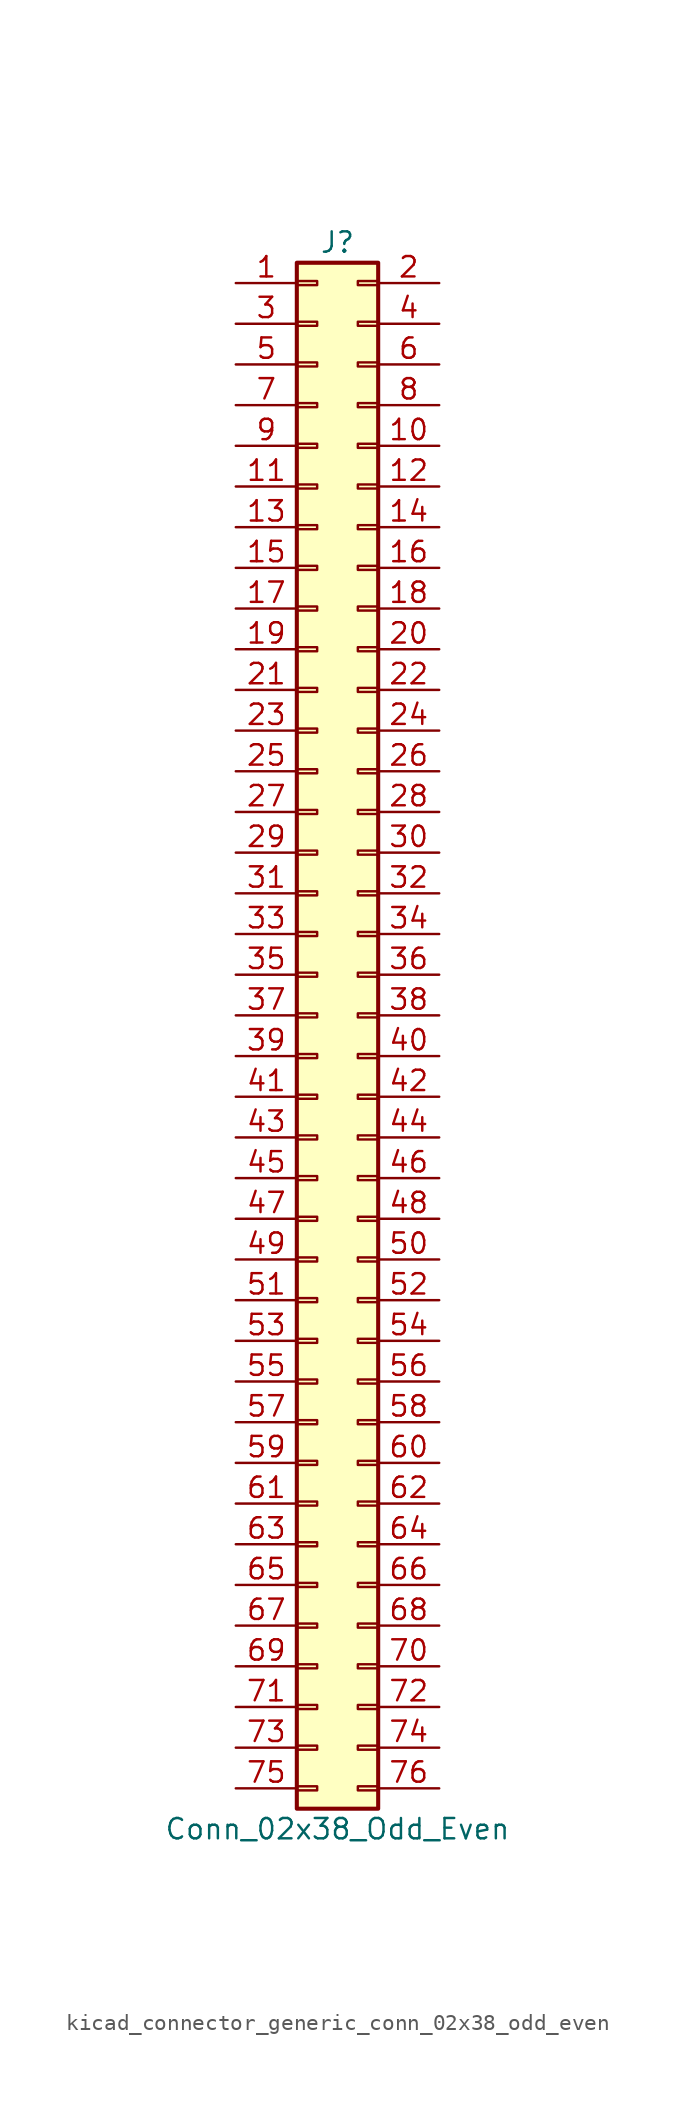
<source format=kicad_sym>
(kicad_symbol_lib
  (version 20220914)
  (generator kicad_symbol_editor)
  (symbol "kicad_connector_generic_conn_02x38_odd_even"
    (pin_names
      (offset 1.016) hide)
    (property "Reference" "J"
      (at 1.27 48.26 0)
      (effects (font (size 1.27 1.27))))
    (property "Value" "Conn_02x38_Odd_Even"
      (at 1.27 -50.8 0)
      (effects (font (size 1.27 1.27))))
    (symbol "kicad_connector_generic_conn_02x38_odd_even_1_1"
      (rectangle (start -1.27 -48.133) (end 0 -48.387) (stroke (width 0.152) (type default)) (fill (type none)))
      (rectangle (start -1.27 -45.593) (end 0 -45.847) (stroke (width 0.152) (type default)) (fill (type none)))
      (rectangle (start -1.27 -43.053) (end 0 -43.307) (stroke (width 0.152) (type default)) (fill (type none)))
      (rectangle (start -1.27 -40.513) (end 0 -40.767) (stroke (width 0.152) (type default)) (fill (type none)))
      (rectangle (start -1.27 -37.973) (end 0 -38.227) (stroke (width 0.152) (type default)) (fill (type none)))
      (rectangle (start -1.27 -35.433) (end 0 -35.687) (stroke (width 0.152) (type default)) (fill (type none)))
      (rectangle (start -1.27 -32.893) (end 0 -33.147) (stroke (width 0.152) (type default)) (fill (type none)))
      (rectangle (start -1.27 -30.353) (end 0 -30.607) (stroke (width 0.152) (type default)) (fill (type none)))
      (rectangle (start -1.27 -27.813) (end 0 -28.067) (stroke (width 0.152) (type default)) (fill (type none)))
      (rectangle (start -1.27 -25.273) (end 0 -25.527) (stroke (width 0.152) (type default)) (fill (type none)))
      (rectangle (start -1.27 -22.733) (end 0 -22.987) (stroke (width 0.152) (type default)) (fill (type none)))
      (rectangle (start -1.27 -20.193) (end 0 -20.447) (stroke (width 0.152) (type default)) (fill (type none)))
      (rectangle (start -1.27 -17.653) (end 0 -17.907) (stroke (width 0.152) (type default)) (fill (type none)))
      (rectangle (start -1.27 -15.113) (end 0 -15.367) (stroke (width 0.152) (type default)) (fill (type none)))
      (rectangle (start -1.27 -12.573) (end 0 -12.827) (stroke (width 0.152) (type default)) (fill (type none)))
      (rectangle (start -1.27 -10.033) (end 0 -10.287) (stroke (width 0.152) (type default)) (fill (type none)))
      (rectangle (start -1.27 -7.493) (end 0 -7.747) (stroke (width 0.152) (type default)) (fill (type none)))
      (rectangle (start -1.27 -4.953) (end 0 -5.207) (stroke (width 0.152) (type default)) (fill (type none)))
      (rectangle (start -1.27 -2.413) (end 0 -2.667) (stroke (width 0.152) (type default)) (fill (type none)))
      (rectangle (start -1.27 0.127) (end 0 -0.127) (stroke (width 0.152) (type default)) (fill (type none)))
      (rectangle (start -1.27 2.667) (end 0 2.413) (stroke (width 0.152) (type default)) (fill (type none)))
      (rectangle (start -1.27 5.207) (end 0 4.953) (stroke (width 0.152) (type default)) (fill (type none)))
      (rectangle (start -1.27 7.747) (end 0 7.493) (stroke (width 0.152) (type default)) (fill (type none)))
      (rectangle (start -1.27 10.287) (end 0 10.033) (stroke (width 0.152) (type default)) (fill (type none)))
      (rectangle (start -1.27 12.827) (end 0 12.573) (stroke (width 0.152) (type default)) (fill (type none)))
      (rectangle (start -1.27 15.367) (end 0 15.113) (stroke (width 0.152) (type default)) (fill (type none)))
      (rectangle (start -1.27 17.907) (end 0 17.653) (stroke (width 0.152) (type default)) (fill (type none)))
      (rectangle (start -1.27 20.447) (end 0 20.193) (stroke (width 0.152) (type default)) (fill (type none)))
      (rectangle (start -1.27 22.987) (end 0 22.733) (stroke (width 0.152) (type default)) (fill (type none)))
      (rectangle (start -1.27 25.527) (end 0 25.273) (stroke (width 0.152) (type default)) (fill (type none)))
      (rectangle (start -1.27 28.067) (end 0 27.813) (stroke (width 0.152) (type default)) (fill (type none)))
      (rectangle (start -1.27 30.607) (end 0 30.353) (stroke (width 0.152) (type default)) (fill (type none)))
      (rectangle (start -1.27 33.147) (end 0 32.893) (stroke (width 0.152) (type default)) (fill (type none)))
      (rectangle (start -1.27 35.687) (end 0 35.433) (stroke (width 0.152) (type default)) (fill (type none)))
      (rectangle (start -1.27 38.227) (end 0 37.973) (stroke (width 0.152) (type default)) (fill (type none)))
      (rectangle (start -1.27 40.767) (end 0 40.513) (stroke (width 0.152) (type default)) (fill (type none)))
      (rectangle (start -1.27 43.307) (end 0 43.053) (stroke (width 0.152) (type default)) (fill (type none)))
      (rectangle (start -1.27 45.847) (end 0 45.593) (stroke (width 0.152) (type default)) (fill (type none)))
      (rectangle (start -1.27 46.99) (end 3.81 -49.53) (stroke (width 0.254) (type default)) (fill (type background)))
      (rectangle (start 3.81 -48.133) (end 2.54 -48.387) (stroke (width 0.152) (type default)) (fill (type none)))
      (rectangle (start 3.81 -45.593) (end 2.54 -45.847) (stroke (width 0.152) (type default)) (fill (type none)))
      (rectangle (start 3.81 -43.053) (end 2.54 -43.307) (stroke (width 0.152) (type default)) (fill (type none)))
      (rectangle (start 3.81 -40.513) (end 2.54 -40.767) (stroke (width 0.152) (type default)) (fill (type none)))
      (rectangle (start 3.81 -37.973) (end 2.54 -38.227) (stroke (width 0.152) (type default)) (fill (type none)))
      (rectangle (start 3.81 -35.433) (end 2.54 -35.687) (stroke (width 0.152) (type default)) (fill (type none)))
      (rectangle (start 3.81 -32.893) (end 2.54 -33.147) (stroke (width 0.152) (type default)) (fill (type none)))
      (rectangle (start 3.81 -30.353) (end 2.54 -30.607) (stroke (width 0.152) (type default)) (fill (type none)))
      (rectangle (start 3.81 -27.813) (end 2.54 -28.067) (stroke (width 0.152) (type default)) (fill (type none)))
      (rectangle (start 3.81 -25.273) (end 2.54 -25.527) (stroke (width 0.152) (type default)) (fill (type none)))
      (rectangle (start 3.81 -22.733) (end 2.54 -22.987) (stroke (width 0.152) (type default)) (fill (type none)))
      (rectangle (start 3.81 -20.193) (end 2.54 -20.447) (stroke (width 0.152) (type default)) (fill (type none)))
      (rectangle (start 3.81 -17.653) (end 2.54 -17.907) (stroke (width 0.152) (type default)) (fill (type none)))
      (rectangle (start 3.81 -15.113) (end 2.54 -15.367) (stroke (width 0.152) (type default)) (fill (type none)))
      (rectangle (start 3.81 -12.573) (end 2.54 -12.827) (stroke (width 0.152) (type default)) (fill (type none)))
      (rectangle (start 3.81 -10.033) (end 2.54 -10.287) (stroke (width 0.152) (type default)) (fill (type none)))
      (rectangle (start 3.81 -7.493) (end 2.54 -7.747) (stroke (width 0.152) (type default)) (fill (type none)))
      (rectangle (start 3.81 -4.953) (end 2.54 -5.207) (stroke (width 0.152) (type default)) (fill (type none)))
      (rectangle (start 3.81 -2.413) (end 2.54 -2.667) (stroke (width 0.152) (type default)) (fill (type none)))
      (rectangle (start 3.81 0.127) (end 2.54 -0.127) (stroke (width 0.152) (type default)) (fill (type none)))
      (rectangle (start 3.81 2.667) (end 2.54 2.413) (stroke (width 0.152) (type default)) (fill (type none)))
      (rectangle (start 3.81 5.207) (end 2.54 4.953) (stroke (width 0.152) (type default)) (fill (type none)))
      (rectangle (start 3.81 7.747) (end 2.54 7.493) (stroke (width 0.152) (type default)) (fill (type none)))
      (rectangle (start 3.81 10.287) (end 2.54 10.033) (stroke (width 0.152) (type default)) (fill (type none)))
      (rectangle (start 3.81 12.827) (end 2.54 12.573) (stroke (width 0.152) (type default)) (fill (type none)))
      (rectangle (start 3.81 15.367) (end 2.54 15.113) (stroke (width 0.152) (type default)) (fill (type none)))
      (rectangle (start 3.81 17.907) (end 2.54 17.653) (stroke (width 0.152) (type default)) (fill (type none)))
      (rectangle (start 3.81 20.447) (end 2.54 20.193) (stroke (width 0.152) (type default)) (fill (type none)))
      (rectangle (start 3.81 22.987) (end 2.54 22.733) (stroke (width 0.152) (type default)) (fill (type none)))
      (rectangle (start 3.81 25.527) (end 2.54 25.273) (stroke (width 0.152) (type default)) (fill (type none)))
      (rectangle (start 3.81 28.067) (end 2.54 27.813) (stroke (width 0.152) (type default)) (fill (type none)))
      (rectangle (start 3.81 30.607) (end 2.54 30.353) (stroke (width 0.152) (type default)) (fill (type none)))
      (rectangle (start 3.81 33.147) (end 2.54 32.893) (stroke (width 0.152) (type default)) (fill (type none)))
      (rectangle (start 3.81 35.687) (end 2.54 35.433) (stroke (width 0.152) (type default)) (fill (type none)))
      (rectangle (start 3.81 38.227) (end 2.54 37.973) (stroke (width 0.152) (type default)) (fill (type none)))
      (rectangle (start 3.81 40.767) (end 2.54 40.513) (stroke (width 0.152) (type default)) (fill (type none)))
      (rectangle (start 3.81 43.307) (end 2.54 43.053) (stroke (width 0.152) (type default)) (fill (type none)))
      (rectangle (start 3.81 45.847) (end 2.54 45.593) (stroke (width 0.152) (type default)) (fill (type none)))
      (pin passive line (at -5.08 45.72 0) (length 3.81) (name "Pin_1" (effects (font (size 1.27 1.27)))) (number "1" (effects (font (size 1.27 1.27)))))
      (pin passive line (at 7.62 35.56 180) (length 3.81) (name "Pin_10" (effects (font (size 1.27 1.27)))) (number "10" (effects (font (size 1.27 1.27)))))
      (pin passive line (at -5.08 33.02 0) (length 3.81) (name "Pin_11" (effects (font (size 1.27 1.27)))) (number "11" (effects (font (size 1.27 1.27)))))
      (pin passive line (at 7.62 33.02 180) (length 3.81) (name "Pin_12" (effects (font (size 1.27 1.27)))) (number "12" (effects (font (size 1.27 1.27)))))
      (pin passive line (at -5.08 30.48 0) (length 3.81) (name "Pin_13" (effects (font (size 1.27 1.27)))) (number "13" (effects (font (size 1.27 1.27)))))
      (pin passive line (at 7.62 30.48 180) (length 3.81) (name "Pin_14" (effects (font (size 1.27 1.27)))) (number "14" (effects (font (size 1.27 1.27)))))
      (pin passive line (at -5.08 27.94 0) (length 3.81) (name "Pin_15" (effects (font (size 1.27 1.27)))) (number "15" (effects (font (size 1.27 1.27)))))
      (pin passive line (at 7.62 27.94 180) (length 3.81) (name "Pin_16" (effects (font (size 1.27 1.27)))) (number "16" (effects (font (size 1.27 1.27)))))
      (pin passive line (at -5.08 25.4 0) (length 3.81) (name "Pin_17" (effects (font (size 1.27 1.27)))) (number "17" (effects (font (size 1.27 1.27)))))
      (pin passive line (at 7.62 25.4 180) (length 3.81) (name "Pin_18" (effects (font (size 1.27 1.27)))) (number "18" (effects (font (size 1.27 1.27)))))
      (pin passive line (at -5.08 22.86 0) (length 3.81) (name "Pin_19" (effects (font (size 1.27 1.27)))) (number "19" (effects (font (size 1.27 1.27)))))
      (pin passive line (at 7.62 45.72 180) (length 3.81) (name "Pin_2" (effects (font (size 1.27 1.27)))) (number "2" (effects (font (size 1.27 1.27)))))
      (pin passive line (at 7.62 22.86 180) (length 3.81) (name "Pin_20" (effects (font (size 1.27 1.27)))) (number "20" (effects (font (size 1.27 1.27)))))
      (pin passive line (at -5.08 20.32 0) (length 3.81) (name "Pin_21" (effects (font (size 1.27 1.27)))) (number "21" (effects (font (size 1.27 1.27)))))
      (pin passive line (at 7.62 20.32 180) (length 3.81) (name "Pin_22" (effects (font (size 1.27 1.27)))) (number "22" (effects (font (size 1.27 1.27)))))
      (pin passive line (at -5.08 17.78 0) (length 3.81) (name "Pin_23" (effects (font (size 1.27 1.27)))) (number "23" (effects (font (size 1.27 1.27)))))
      (pin passive line (at 7.62 17.78 180) (length 3.81) (name "Pin_24" (effects (font (size 1.27 1.27)))) (number "24" (effects (font (size 1.27 1.27)))))
      (pin passive line (at -5.08 15.24 0) (length 3.81) (name "Pin_25" (effects (font (size 1.27 1.27)))) (number "25" (effects (font (size 1.27 1.27)))))
      (pin passive line (at 7.62 15.24 180) (length 3.81) (name "Pin_26" (effects (font (size 1.27 1.27)))) (number "26" (effects (font (size 1.27 1.27)))))
      (pin passive line (at -5.08 12.7 0) (length 3.81) (name "Pin_27" (effects (font (size 1.27 1.27)))) (number "27" (effects (font (size 1.27 1.27)))))
      (pin passive line (at 7.62 12.7 180) (length 3.81) (name "Pin_28" (effects (font (size 1.27 1.27)))) (number "28" (effects (font (size 1.27 1.27)))))
      (pin passive line (at -5.08 10.16 0) (length 3.81) (name "Pin_29" (effects (font (size 1.27 1.27)))) (number "29" (effects (font (size 1.27 1.27)))))
      (pin passive line (at -5.08 43.18 0) (length 3.81) (name "Pin_3" (effects (font (size 1.27 1.27)))) (number "3" (effects (font (size 1.27 1.27)))))
      (pin passive line (at 7.62 10.16 180) (length 3.81) (name "Pin_30" (effects (font (size 1.27 1.27)))) (number "30" (effects (font (size 1.27 1.27)))))
      (pin passive line (at -5.08 7.62 0) (length 3.81) (name "Pin_31" (effects (font (size 1.27 1.27)))) (number "31" (effects (font (size 1.27 1.27)))))
      (pin passive line (at 7.62 7.62 180) (length 3.81) (name "Pin_32" (effects (font (size 1.27 1.27)))) (number "32" (effects (font (size 1.27 1.27)))))
      (pin passive line (at -5.08 5.08 0) (length 3.81) (name "Pin_33" (effects (font (size 1.27 1.27)))) (number "33" (effects (font (size 1.27 1.27)))))
      (pin passive line (at 7.62 5.08 180) (length 3.81) (name "Pin_34" (effects (font (size 1.27 1.27)))) (number "34" (effects (font (size 1.27 1.27)))))
      (pin passive line (at -5.08 2.54 0) (length 3.81) (name "Pin_35" (effects (font (size 1.27 1.27)))) (number "35" (effects (font (size 1.27 1.27)))))
      (pin passive line (at 7.62 2.54 180) (length 3.81) (name "Pin_36" (effects (font (size 1.27 1.27)))) (number "36" (effects (font (size 1.27 1.27)))))
      (pin passive line (at -5.08 0 0) (length 3.81) (name "Pin_37" (effects (font (size 1.27 1.27)))) (number "37" (effects (font (size 1.27 1.27)))))
      (pin passive line (at 7.62 0 180) (length 3.81) (name "Pin_38" (effects (font (size 1.27 1.27)))) (number "38" (effects (font (size 1.27 1.27)))))
      (pin passive line (at -5.08 -2.54 0) (length 3.81) (name "Pin_39" (effects (font (size 1.27 1.27)))) (number "39" (effects (font (size 1.27 1.27)))))
      (pin passive line (at 7.62 43.18 180) (length 3.81) (name "Pin_4" (effects (font (size 1.27 1.27)))) (number "4" (effects (font (size 1.27 1.27)))))
      (pin passive line (at 7.62 -2.54 180) (length 3.81) (name "Pin_40" (effects (font (size 1.27 1.27)))) (number "40" (effects (font (size 1.27 1.27)))))
      (pin passive line (at -5.08 -5.08 0) (length 3.81) (name "Pin_41" (effects (font (size 1.27 1.27)))) (number "41" (effects (font (size 1.27 1.27)))))
      (pin passive line (at 7.62 -5.08 180) (length 3.81) (name "Pin_42" (effects (font (size 1.27 1.27)))) (number "42" (effects (font (size 1.27 1.27)))))
      (pin passive line (at -5.08 -7.62 0) (length 3.81) (name "Pin_43" (effects (font (size 1.27 1.27)))) (number "43" (effects (font (size 1.27 1.27)))))
      (pin passive line (at 7.62 -7.62 180) (length 3.81) (name "Pin_44" (effects (font (size 1.27 1.27)))) (number "44" (effects (font (size 1.27 1.27)))))
      (pin passive line (at -5.08 -10.16 0) (length 3.81) (name "Pin_45" (effects (font (size 1.27 1.27)))) (number "45" (effects (font (size 1.27 1.27)))))
      (pin passive line (at 7.62 -10.16 180) (length 3.81) (name "Pin_46" (effects (font (size 1.27 1.27)))) (number "46" (effects (font (size 1.27 1.27)))))
      (pin passive line (at -5.08 -12.7 0) (length 3.81) (name "Pin_47" (effects (font (size 1.27 1.27)))) (number "47" (effects (font (size 1.27 1.27)))))
      (pin passive line (at 7.62 -12.7 180) (length 3.81) (name "Pin_48" (effects (font (size 1.27 1.27)))) (number "48" (effects (font (size 1.27 1.27)))))
      (pin passive line (at -5.08 -15.24 0) (length 3.81) (name "Pin_49" (effects (font (size 1.27 1.27)))) (number "49" (effects (font (size 1.27 1.27)))))
      (pin passive line (at -5.08 40.64 0) (length 3.81) (name "Pin_5" (effects (font (size 1.27 1.27)))) (number "5" (effects (font (size 1.27 1.27)))))
      (pin passive line (at 7.62 -15.24 180) (length 3.81) (name "Pin_50" (effects (font (size 1.27 1.27)))) (number "50" (effects (font (size 1.27 1.27)))))
      (pin passive line (at -5.08 -17.78 0) (length 3.81) (name "Pin_51" (effects (font (size 1.27 1.27)))) (number "51" (effects (font (size 1.27 1.27)))))
      (pin passive line (at 7.62 -17.78 180) (length 3.81) (name "Pin_52" (effects (font (size 1.27 1.27)))) (number "52" (effects (font (size 1.27 1.27)))))
      (pin passive line (at -5.08 -20.32 0) (length 3.81) (name "Pin_53" (effects (font (size 1.27 1.27)))) (number "53" (effects (font (size 1.27 1.27)))))
      (pin passive line (at 7.62 -20.32 180) (length 3.81) (name "Pin_54" (effects (font (size 1.27 1.27)))) (number "54" (effects (font (size 1.27 1.27)))))
      (pin passive line (at -5.08 -22.86 0) (length 3.81) (name "Pin_55" (effects (font (size 1.27 1.27)))) (number "55" (effects (font (size 1.27 1.27)))))
      (pin passive line (at 7.62 -22.86 180) (length 3.81) (name "Pin_56" (effects (font (size 1.27 1.27)))) (number "56" (effects (font (size 1.27 1.27)))))
      (pin passive line (at -5.08 -25.4 0) (length 3.81) (name "Pin_57" (effects (font (size 1.27 1.27)))) (number "57" (effects (font (size 1.27 1.27)))))
      (pin passive line (at 7.62 -25.4 180) (length 3.81) (name "Pin_58" (effects (font (size 1.27 1.27)))) (number "58" (effects (font (size 1.27 1.27)))))
      (pin passive line (at -5.08 -27.94 0) (length 3.81) (name "Pin_59" (effects (font (size 1.27 1.27)))) (number "59" (effects (font (size 1.27 1.27)))))
      (pin passive line (at 7.62 40.64 180) (length 3.81) (name "Pin_6" (effects (font (size 1.27 1.27)))) (number "6" (effects (font (size 1.27 1.27)))))
      (pin passive line (at 7.62 -27.94 180) (length 3.81) (name "Pin_60" (effects (font (size 1.27 1.27)))) (number "60" (effects (font (size 1.27 1.27)))))
      (pin passive line (at -5.08 -30.48 0) (length 3.81) (name "Pin_61" (effects (font (size 1.27 1.27)))) (number "61" (effects (font (size 1.27 1.27)))))
      (pin passive line (at 7.62 -30.48 180) (length 3.81) (name "Pin_62" (effects (font (size 1.27 1.27)))) (number "62" (effects (font (size 1.27 1.27)))))
      (pin passive line (at -5.08 -33.02 0) (length 3.81) (name "Pin_63" (effects (font (size 1.27 1.27)))) (number "63" (effects (font (size 1.27 1.27)))))
      (pin passive line (at 7.62 -33.02 180) (length 3.81) (name "Pin_64" (effects (font (size 1.27 1.27)))) (number "64" (effects (font (size 1.27 1.27)))))
      (pin passive line (at -5.08 -35.56 0) (length 3.81) (name "Pin_65" (effects (font (size 1.27 1.27)))) (number "65" (effects (font (size 1.27 1.27)))))
      (pin passive line (at 7.62 -35.56 180) (length 3.81) (name "Pin_66" (effects (font (size 1.27 1.27)))) (number "66" (effects (font (size 1.27 1.27)))))
      (pin passive line (at -5.08 -38.1 0) (length 3.81) (name "Pin_67" (effects (font (size 1.27 1.27)))) (number "67" (effects (font (size 1.27 1.27)))))
      (pin passive line (at 7.62 -38.1 180) (length 3.81) (name "Pin_68" (effects (font (size 1.27 1.27)))) (number "68" (effects (font (size 1.27 1.27)))))
      (pin passive line (at -5.08 -40.64 0) (length 3.81) (name "Pin_69" (effects (font (size 1.27 1.27)))) (number "69" (effects (font (size 1.27 1.27)))))
      (pin passive line (at -5.08 38.1 0) (length 3.81) (name "Pin_7" (effects (font (size 1.27 1.27)))) (number "7" (effects (font (size 1.27 1.27)))))
      (pin passive line (at 7.62 -40.64 180) (length 3.81) (name "Pin_70" (effects (font (size 1.27 1.27)))) (number "70" (effects (font (size 1.27 1.27)))))
      (pin passive line (at -5.08 -43.18 0) (length 3.81) (name "Pin_71" (effects (font (size 1.27 1.27)))) (number "71" (effects (font (size 1.27 1.27)))))
      (pin passive line (at 7.62 -43.18 180) (length 3.81) (name "Pin_72" (effects (font (size 1.27 1.27)))) (number "72" (effects (font (size 1.27 1.27)))))
      (pin passive line (at -5.08 -45.72 0) (length 3.81) (name "Pin_73" (effects (font (size 1.27 1.27)))) (number "73" (effects (font (size 1.27 1.27)))))
      (pin passive line (at 7.62 -45.72 180) (length 3.81) (name "Pin_74" (effects (font (size 1.27 1.27)))) (number "74" (effects (font (size 1.27 1.27)))))
      (pin passive line (at -5.08 -48.26 0) (length 3.81) (name "Pin_75" (effects (font (size 1.27 1.27)))) (number "75" (effects (font (size 1.27 1.27)))))
      (pin passive line (at 7.62 -48.26 180) (length 3.81) (name "Pin_76" (effects (font (size 1.27 1.27)))) (number "76" (effects (font (size 1.27 1.27)))))
      (pin passive line (at 7.62 38.1 180) (length 3.81) (name "Pin_8" (effects (font (size 1.27 1.27)))) (number "8" (effects (font (size 1.27 1.27)))))
      (pin passive line (at -5.08 35.56 0) (length 3.81) (name "Pin_9" (effects (font (size 1.27 1.27)))) (number "9" (effects (font (size 1.27 1.27))))))))
</source>
